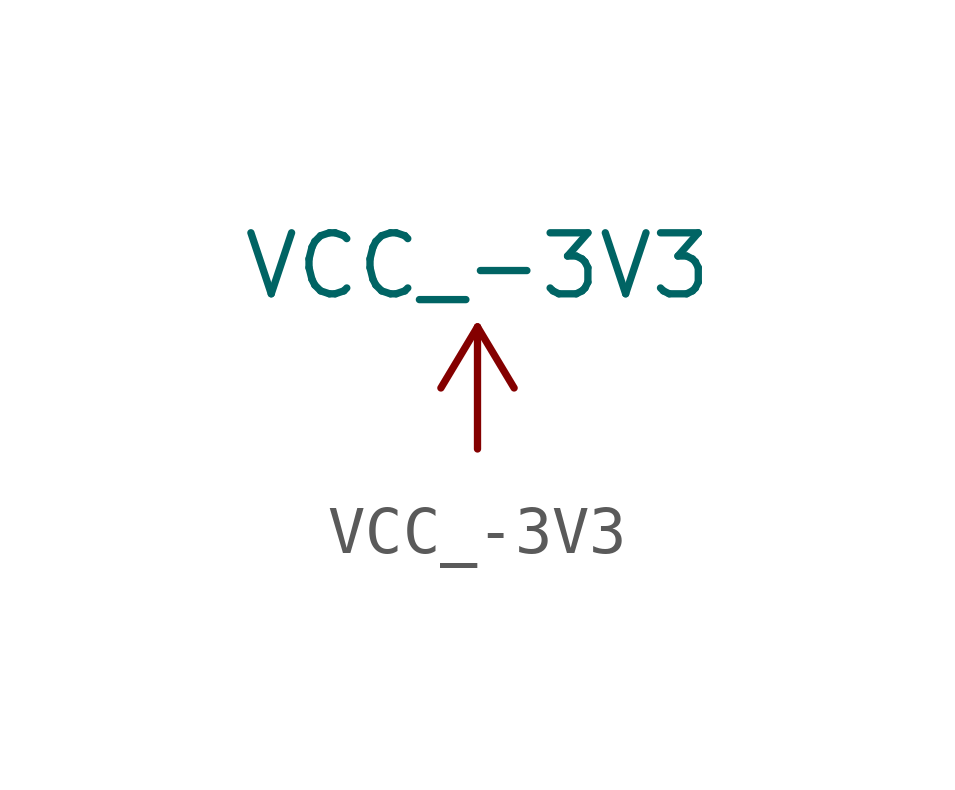
<source format=kicad_sym>
(kicad_symbol_lib
  (version 20220914)
  (generator kicad_symbol_editor)
  (symbol "VCC_-3V3"
    (power)
    (property "Reference" "#PWR"
      (at 0 -3.81 0)
      (effects (font (size 1.27 1.27)) hide))
    (property "Value" "VCC_-3V3"
      (at 0 3.81 0)
      (effects (font (size 1.27 1.27))))
    (symbol "VCC_-3V3_0_1"
      (polyline (pts (xy -0.762 1.27) (xy 0 2.54)) (stroke (width 0) (type default)) (fill (type none)))
      (polyline (pts (xy 0 0) (xy 0 2.54)) (stroke (width 0) (type default)) (fill (type none)))
      (polyline (pts (xy 0 2.54) (xy 0.762 1.27)) (stroke (width 0) (type default)) (fill (type none))))
    (symbol "VCC_-3V3_1_1"
      (pin power_in line (at 0 0 90) (length 0) hide (name "-3V3" (effects (font (size 1.27 1.27)))) (number "1" (effects (font (size 1.27 1.27))))))))
</source>
